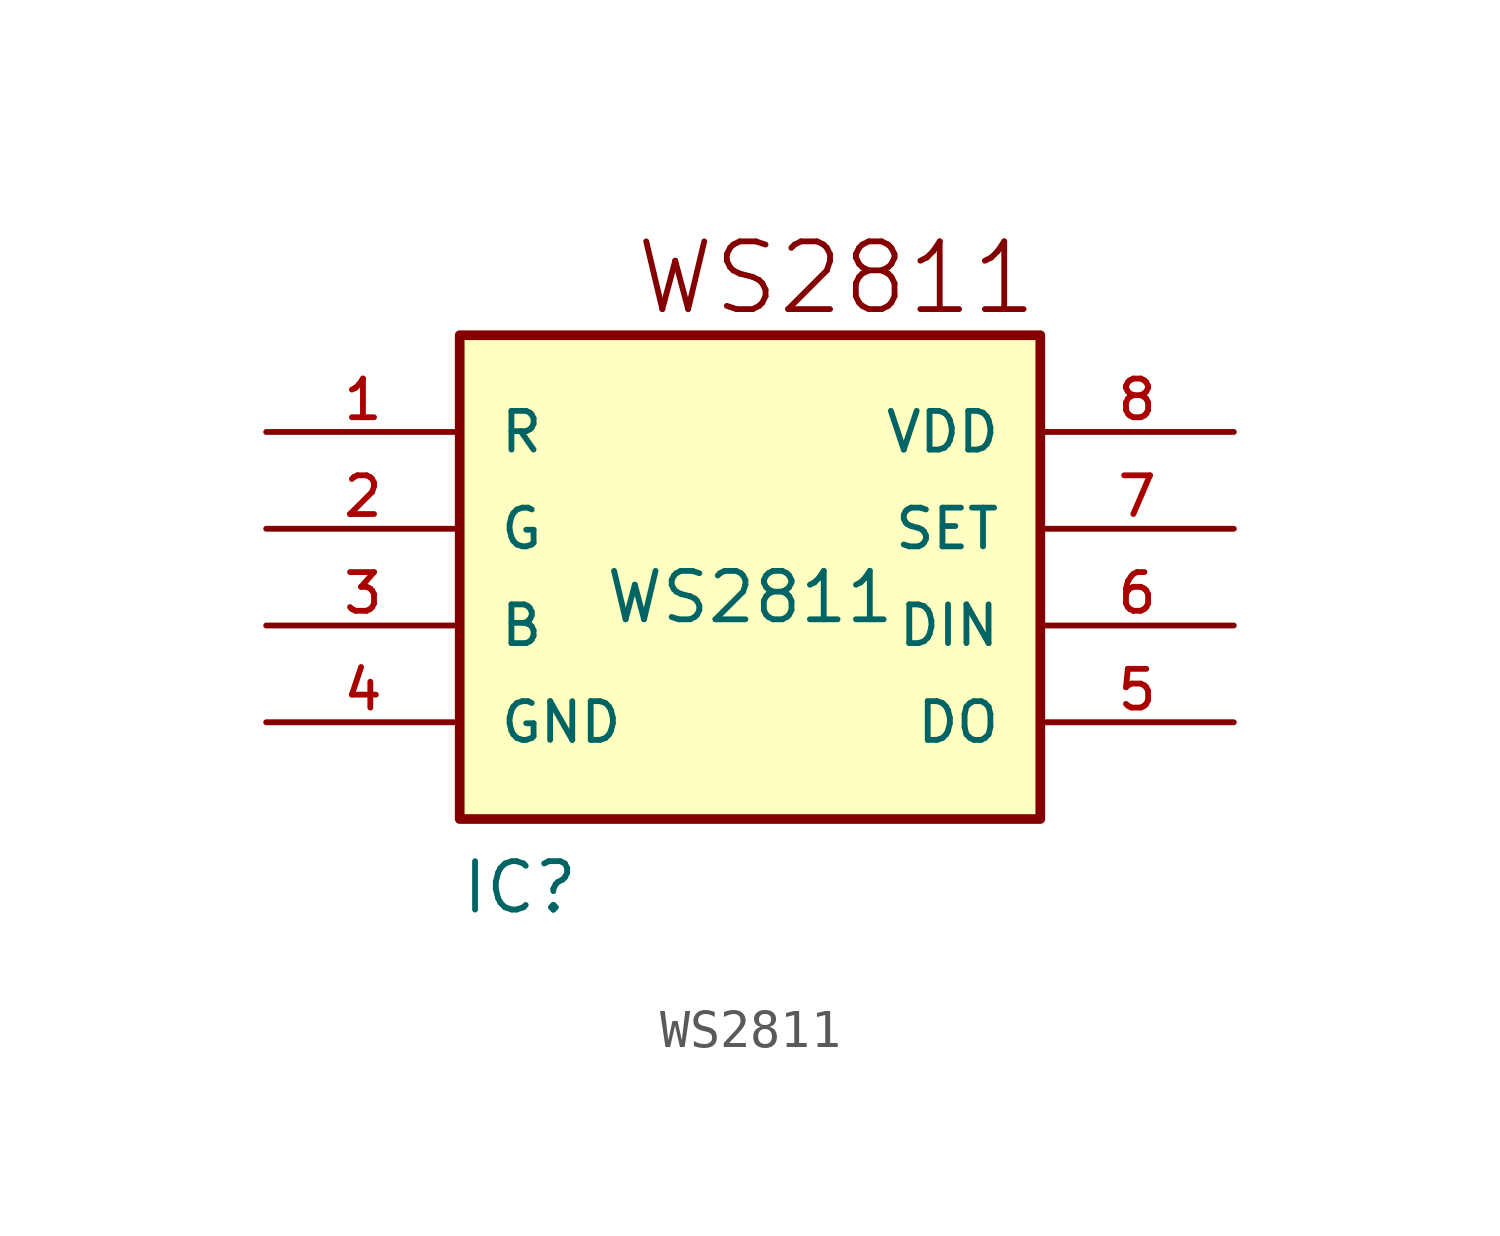
<source format=kicad_sym>
(kicad_symbol_lib
  (version 20220914)
  (generator kicad_symbol_editor)
  (symbol "WS2811"
    (pin_names
      (offset 1.016))
    (property "Reference" "IC"
      (at -7.62 -7.62 0)
      (effects (font (size 1.27 1.27)) (justify left bottom)))
    (property "Value" "WS2811"
      (at 0 0 0)
      (effects (font (size 1.27 1.27)) (justify bottom)))
    (symbol "WS2811_0_0"
      (rectangle (start -7.62 -5.08) (end 7.62 7.62) (stroke (width 0.254) (type default)) (fill (type background)))
      (text "WS2811" (at 7.62 10.16 0) (effects (font (size 1.778 1.778)) (justify right top)))
      (pin open_collector line (at -12.7 5.08 0) (length 5.08) (name "R" (effects (font (size 1.016 1.016)))) (number "1" (effects (font (size 1.016 1.016)))))
      (pin open_collector line (at -12.7 2.54 0) (length 5.08) (name "G" (effects (font (size 1.016 1.016)))) (number "2" (effects (font (size 1.016 1.016)))))
      (pin open_collector line (at -12.7 0 0) (length 5.08) (name "B" (effects (font (size 1.016 1.016)))) (number "3" (effects (font (size 1.016 1.016)))))
      (pin power_in line (at -12.7 -2.54 0) (length 5.08) (name "GND" (effects (font (size 1.016 1.016)))) (number "4" (effects (font (size 1.016 1.016)))))
      (pin output line (at 12.7 -2.54 180) (length 5.08) (name "DO" (effects (font (size 1.016 1.016)))) (number "5" (effects (font (size 1.016 1.016)))))
      (pin input line (at 12.7 0 180) (length 5.08) (name "DIN" (effects (font (size 1.016 1.016)))) (number "6" (effects (font (size 1.016 1.016)))))
      (pin input line (at 12.7 2.54 180) (length 5.08) (name "SET" (effects (font (size 1.016 1.016)))) (number "7" (effects (font (size 1.016 1.016)))))
      (pin power_in line (at 12.7 5.08 180) (length 5.08) (name "VDD" (effects (font (size 1.016 1.016)))) (number "8" (effects (font (size 1.016 1.016))))))))
</source>
